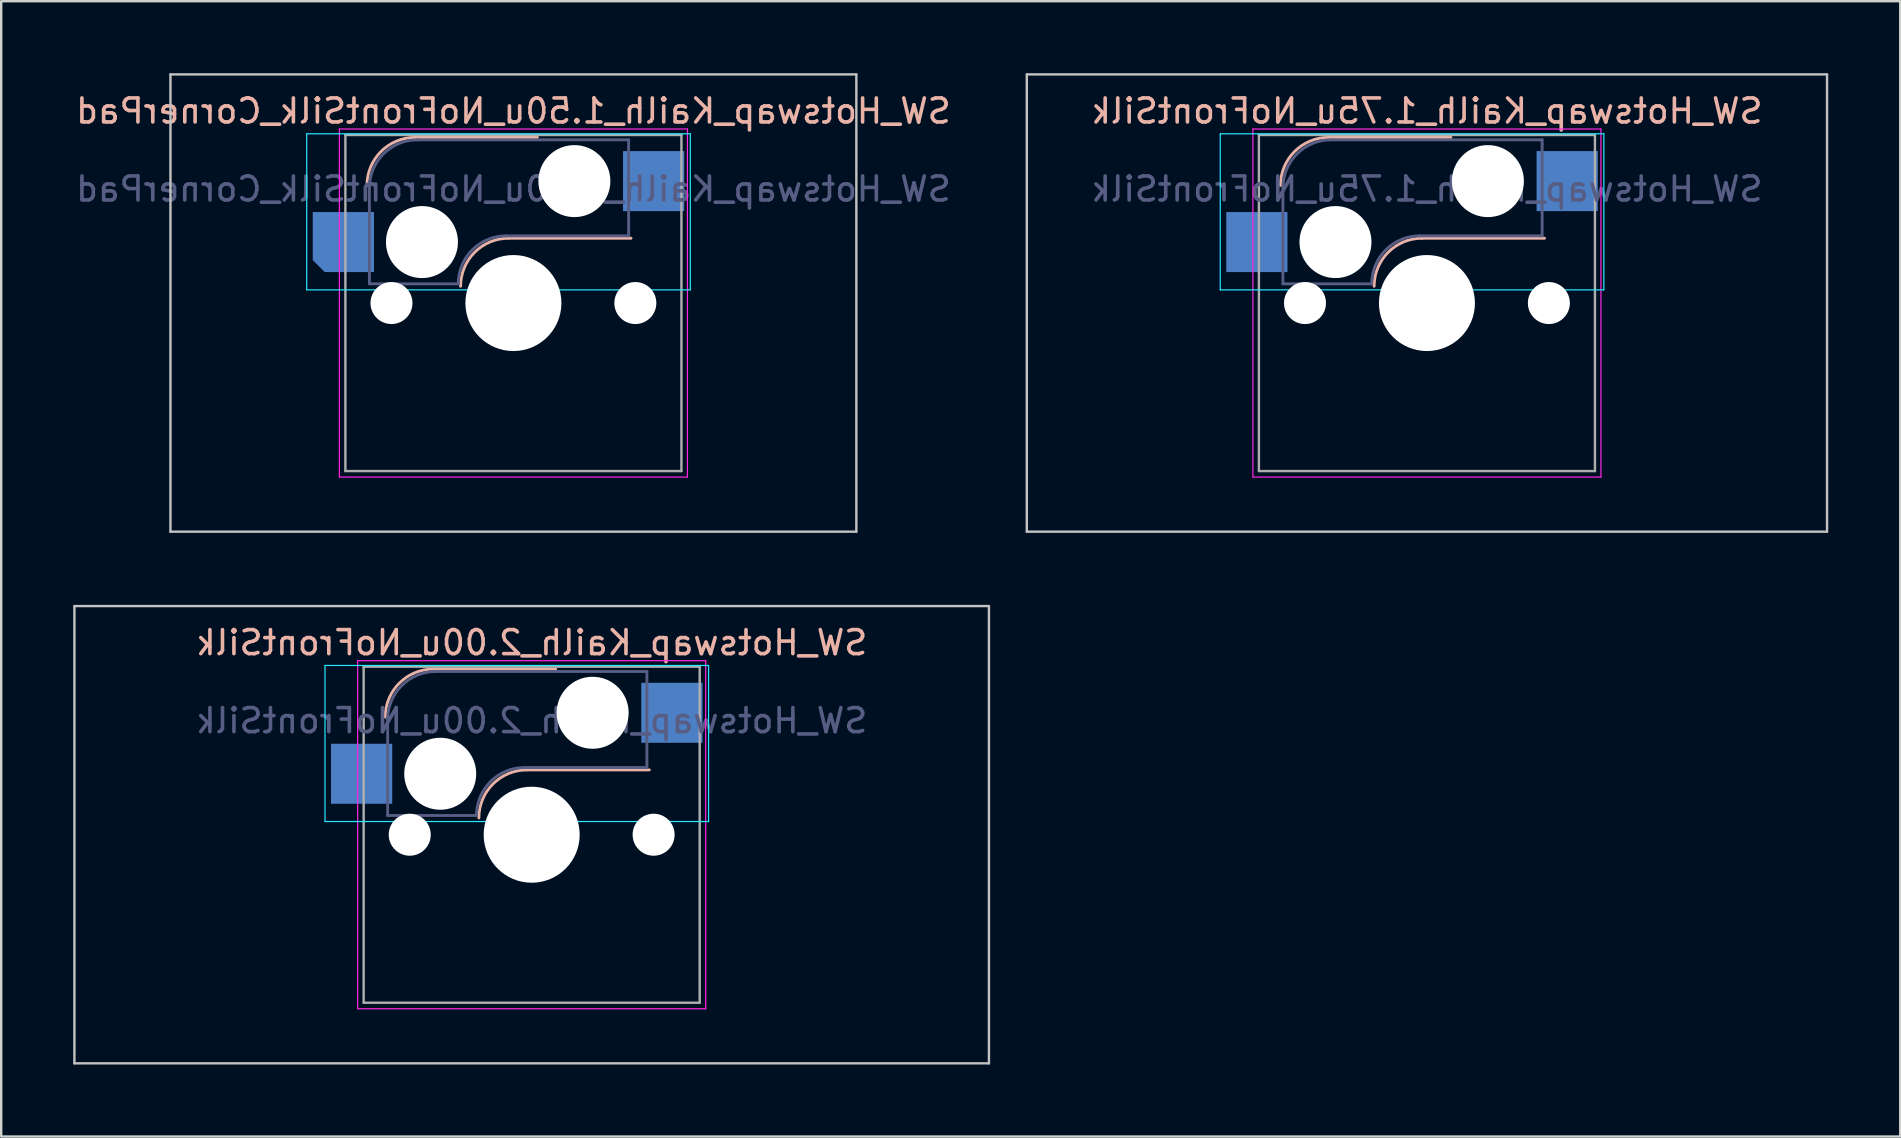
<source format=kicad_pcb>
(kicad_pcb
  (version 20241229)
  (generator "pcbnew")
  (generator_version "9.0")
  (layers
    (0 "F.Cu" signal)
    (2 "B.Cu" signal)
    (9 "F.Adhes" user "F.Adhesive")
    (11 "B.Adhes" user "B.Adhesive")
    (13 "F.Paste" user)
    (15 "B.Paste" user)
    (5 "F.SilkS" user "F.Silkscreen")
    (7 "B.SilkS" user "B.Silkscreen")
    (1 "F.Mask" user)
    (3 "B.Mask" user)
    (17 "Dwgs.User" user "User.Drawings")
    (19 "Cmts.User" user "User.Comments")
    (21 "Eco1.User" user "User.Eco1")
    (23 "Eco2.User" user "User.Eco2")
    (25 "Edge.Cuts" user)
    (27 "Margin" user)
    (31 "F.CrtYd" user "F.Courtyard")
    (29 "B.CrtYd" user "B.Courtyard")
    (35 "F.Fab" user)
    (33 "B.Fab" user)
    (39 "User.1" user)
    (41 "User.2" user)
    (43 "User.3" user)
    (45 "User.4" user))
  (footprint "SW_Hotswap_Kailh_1.50u_NoFrontSilk_CornerPad"
    (layer "F.Cu")
    (at 18.339 9.575)
    (property "Reference" "SW_Hotswap_Kailh_1.50u_NoFrontSilk_CornerPad" (at 0 -8 180) (layer "B.SilkS") (effects (font (size 1 1) (thickness 0.15)) (justify mirror)))
    (attr smd)
    (fp_line (start -4.1 -6.9) (end 1 -6.9) (stroke (width 0.12) (type solid)) (layer "B.SilkS"))
    (fp_line (start -0.2 -2.7) (end 4.9 -2.7) (stroke (width 0.12) (type solid)) (layer "B.SilkS"))
    (fp_arc (start -6.1 -4.9) (mid -5.514214 -6.314214) (end -4.1 -6.9) (stroke (width 0.12) (type solid)) (layer "B.SilkS"))
    (fp_arc (start -2.2 -0.7) (mid -1.614214 -2.114214) (end -0.2 -2.7) (stroke (width 0.12) (type solid)) (layer "B.SilkS"))
    (fp_line (start -14.287 -9.525) (end -14.287 9.525) (stroke (width 0.1) (type solid)) (layer "Dwgs.User"))
    (fp_line (start -14.287 9.525) (end 14.287 9.525) (stroke (width 0.1) (type solid)) (layer "Dwgs.User"))
    (fp_line (start 14.287 -9.525) (end -14.287 -9.525) (stroke (width 0.1) (type solid)) (layer "Dwgs.User"))
    (fp_line (start 14.287 9.525) (end 14.287 -9.525) (stroke (width 0.1) (type solid)) (layer "Dwgs.User"))
    (fp_line (start -8.61 -7.05) (end -8.61 -0.55) (stroke (width 0.05) (type solid)) (layer "B.CrtYd"))
    (fp_line (start -8.61 -0.55) (end 7.37 -0.55) (stroke (width 0.05) (type solid)) (layer "B.CrtYd"))
    (fp_line (start 7.37 -7.05) (end -8.61 -7.05) (stroke (width 0.05) (type solid)) (layer "B.CrtYd"))
    (fp_line (start 7.37 -0.55) (end 7.37 -7.05) (stroke (width 0.05) (type solid)) (layer "B.CrtYd"))
    (fp_line (start -7.25 -7.25) (end -7.25 7.25) (stroke (width 0.05) (type solid)) (layer "F.CrtYd"))
    (fp_line (start -7.25 7.25) (end 7.25 7.25) (stroke (width 0.05) (type solid)) (layer "F.CrtYd"))
    (fp_line (start 7.25 -7.25) (end -7.25 -7.25) (stroke (width 0.05) (type solid)) (layer "F.CrtYd"))
    (fp_line (start 7.25 7.25) (end 7.25 -7.25) (stroke (width 0.05) (type solid)) (layer "F.CrtYd"))
    (fp_line (start -6 -0.8) (end -6 -4.8) (stroke (width 0.12) (type solid)) (layer "B.Fab"))
    (fp_line (start -6 -0.8) (end -2.3 -0.8) (stroke (width 0.12) (type solid)) (layer "B.Fab"))
    (fp_line (start -4 -6.8) (end 4.8 -6.8) (stroke (width 0.12) (type solid)) (layer "B.Fab"))
    (fp_line (start -0.3 -2.8) (end 4.8 -2.8) (stroke (width 0.12) (type solid)) (layer "B.Fab"))
    (fp_line (start 4.8 -6.8) (end 4.8 -2.8) (stroke (width 0.12) (type solid)) (layer "B.Fab"))
    (fp_arc (start -6 -4.8) (mid -5.414214 -6.214214) (end -4 -6.8) (stroke (width 0.12) (type solid)) (layer "B.Fab"))
    (fp_arc (start -2.3 -0.8) (mid -1.714214 -2.214214) (end -0.3 -2.8) (stroke (width 0.12) (type solid)) (layer "B.Fab"))
    (fp_line (start -7 -7) (end -7 7) (stroke (width 0.1) (type solid)) (layer "F.Fab"))
    (fp_line (start -7 7) (end 7 7) (stroke (width 0.1) (type solid)) (layer "F.Fab"))
    (fp_line (start 7 -7) (end -7 -7) (stroke (width 0.1) (type solid)) (layer "F.Fab"))
    (fp_line (start 7 7) (end 7 -7) (stroke (width 0.1) (type solid)) (layer "F.Fab"))
    (fp_text user "${REFERENCE}" (at 0 -4.75 180) (layer "B.Fab") (effects (font (size 1 1) (thickness 0.15)) (justify mirror)))
    (pad "" np_thru_hole circle (at -5.08 0) (size 1.75 1.75) (drill 1.75) (layers "*.Cu" "*.Mask"))
    (pad "" np_thru_hole circle (at -3.81 -2.54) (size 3 3) (drill 3) (layers "*.Cu" "*.Mask"))
    (pad "" np_thru_hole circle (at 0 0) (size 4 4) (drill 4) (layers "*.Cu" "*.Mask"))
    (pad "" np_thru_hole circle (at 2.54 -5.08) (size 3 3) (drill 3) (layers "*.Cu" "*.Mask"))
    (pad "" np_thru_hole circle (at 5.08 0) (size 1.75 1.75) (drill 1.75) (layers "*.Cu" "*.Mask"))
    (pad "1" smd custom (at -7.085 -2.54) (size 1.8 1.8) (layers "B.Cu" "B.Mask" "B.Paste") (options (anchor rect)) (primitives (gr_poly (pts (xy -1.275 -1.25) (xy 1.275 -1.25) (xy 1.275 1.25) (xy -0.775 1.25) (xy -1.275 0.75)) (width 0) (fill yes))))
    (pad "2" smd rect (at 5.842 -5.08) (size 2.55 2.5) (layers "B.Cu" "B.Mask" "B.Paste")))
  (footprint "SW_Hotswap_Kailh_1.75u_NoFrontSilk"
    (layer "F.Cu")
    (at 56.397 9.575)
    (property "Reference" "SW_Hotswap_Kailh_1.75u_NoFrontSilk" (at 0 -8 0) (layer "B.SilkS") (effects (font (size 1 1) (thickness 0.15)) (justify mirror)))
    (attr smd)
    (fp_line (start -4.1 -6.9) (end 1 -6.9) (stroke (width 0.12) (type solid)) (layer "B.SilkS"))
    (fp_line (start -0.2 -2.7) (end 4.9 -2.7) (stroke (width 0.12) (type solid)) (layer "B.SilkS"))
    (fp_arc (start -6.1 -4.9) (mid -5.514214 -6.314214) (end -4.1 -6.9) (stroke (width 0.12) (type solid)) (layer "B.SilkS"))
    (fp_arc (start -2.2 -0.7) (mid -1.614214 -2.114214) (end -0.2 -2.7) (stroke (width 0.12) (type solid)) (layer "B.SilkS"))
    (fp_line (start -16.669 -9.525) (end -16.669 9.525) (stroke (width 0.1) (type solid)) (layer "Dwgs.User"))
    (fp_line (start -16.669 9.525) (end 16.669 9.525) (stroke (width 0.1) (type solid)) (layer "Dwgs.User"))
    (fp_line (start 16.669 -9.525) (end -16.669 -9.525) (stroke (width 0.1) (type solid)) (layer "Dwgs.User"))
    (fp_line (start 16.669 9.525) (end 16.669 -9.525) (stroke (width 0.1) (type solid)) (layer "Dwgs.User"))
    (fp_line (start -8.61 -7.05) (end -8.61 -0.55) (stroke (width 0.05) (type solid)) (layer "B.CrtYd"))
    (fp_line (start -8.61 -0.55) (end 7.37 -0.55) (stroke (width 0.05) (type solid)) (layer "B.CrtYd"))
    (fp_line (start 7.37 -7.05) (end -8.61 -7.05) (stroke (width 0.05) (type solid)) (layer "B.CrtYd"))
    (fp_line (start 7.37 -0.55) (end 7.37 -7.05) (stroke (width 0.05) (type solid)) (layer "B.CrtYd"))
    (fp_line (start -7.25 -7.25) (end -7.25 7.25) (stroke (width 0.05) (type solid)) (layer "F.CrtYd"))
    (fp_line (start -7.25 7.25) (end 7.25 7.25) (stroke (width 0.05) (type solid)) (layer "F.CrtYd"))
    (fp_line (start 7.25 -7.25) (end -7.25 -7.25) (stroke (width 0.05) (type solid)) (layer "F.CrtYd"))
    (fp_line (start 7.25 7.25) (end 7.25 -7.25) (stroke (width 0.05) (type solid)) (layer "F.CrtYd"))
    (fp_line (start -6 -0.8) (end -6 -4.8) (stroke (width 0.12) (type solid)) (layer "B.Fab"))
    (fp_line (start -6 -0.8) (end -2.3 -0.8) (stroke (width 0.12) (type solid)) (layer "B.Fab"))
    (fp_line (start -4 -6.8) (end 4.8 -6.8) (stroke (width 0.12) (type solid)) (layer "B.Fab"))
    (fp_line (start -0.3 -2.8) (end 4.8 -2.8) (stroke (width 0.12) (type solid)) (layer "B.Fab"))
    (fp_line (start 4.8 -6.8) (end 4.8 -2.8) (stroke (width 0.12) (type solid)) (layer "B.Fab"))
    (fp_arc (start -6 -4.8) (mid -5.414214 -6.214214) (end -4 -6.8) (stroke (width 0.12) (type solid)) (layer "B.Fab"))
    (fp_arc (start -2.3 -0.8) (mid -1.714214 -2.214214) (end -0.3 -2.8) (stroke (width 0.12) (type solid)) (layer "B.Fab"))
    (fp_line (start -7 -7) (end -7 7) (stroke (width 0.1) (type solid)) (layer "F.Fab"))
    (fp_line (start -7 7) (end 7 7) (stroke (width 0.1) (type solid)) (layer "F.Fab"))
    (fp_line (start 7 -7) (end -7 -7) (stroke (width 0.1) (type solid)) (layer "F.Fab"))
    (fp_line (start 7 7) (end 7 -7) (stroke (width 0.1) (type solid)) (layer "F.Fab"))
    (fp_text user "${REFERENCE}" (at 0 -4.75 0) (layer "B.Fab") (effects (font (size 1 1) (thickness 0.15)) (justify mirror)))
    (pad "" np_thru_hole circle (at -5.08 0) (size 1.75 1.75) (drill 1.75) (layers "*.Cu" "*.Mask"))
    (pad "" np_thru_hole circle (at -3.81 -2.54) (size 3 3) (drill 3) (layers "*.Cu" "*.Mask"))
    (pad "" np_thru_hole circle (at 0 0) (size 4 4) (drill 4) (layers "*.Cu" "*.Mask"))
    (pad "" np_thru_hole circle (at 2.54 -5.08) (size 3 3) (drill 3) (layers "*.Cu" "*.Mask"))
    (pad "" np_thru_hole circle (at 5.08 0) (size 1.75 1.75) (drill 1.75) (layers "*.Cu" "*.Mask"))
    (pad "1" smd rect (at -7.085 -2.54) (size 2.55 2.5) (layers "B.Cu" "B.Mask" "B.Paste"))
    (pad "2" smd rect (at 5.842 -5.08) (size 2.55 2.5) (layers "B.Cu" "B.Mask" "B.Paste")))
  (footprint "SW_Hotswap_Kailh_2.00u_NoFrontSilk"
    (layer "F.Cu")
    (at 19.1 31.725)
    (property "Reference" "SW_Hotswap_Kailh_2.00u_NoFrontSilk" (at 0 -8 0) (layer "B.SilkS") (effects (font (size 1 1) (thickness 0.15)) (justify mirror)))
    (attr smd)
    (fp_line (start -4.1 -6.9) (end 1 -6.9) (stroke (width 0.12) (type solid)) (layer "B.SilkS"))
    (fp_line (start -0.2 -2.7) (end 4.9 -2.7) (stroke (width 0.12) (type solid)) (layer "B.SilkS"))
    (fp_arc (start -6.1 -4.9) (mid -5.514214 -6.314214) (end -4.1 -6.9) (stroke (width 0.12) (type solid)) (layer "B.SilkS"))
    (fp_arc (start -2.2 -0.7) (mid -1.614214 -2.114214) (end -0.2 -2.7) (stroke (width 0.12) (type solid)) (layer "B.SilkS"))
    (fp_line (start -19.05 -9.525) (end -19.05 9.525) (stroke (width 0.1) (type solid)) (layer "Dwgs.User"))
    (fp_line (start -19.05 9.525) (end 19.05 9.525) (stroke (width 0.1) (type solid)) (layer "Dwgs.User"))
    (fp_line (start 19.05 -9.525) (end -19.05 -9.525) (stroke (width 0.1) (type solid)) (layer "Dwgs.User"))
    (fp_line (start 19.05 9.525) (end 19.05 -9.525) (stroke (width 0.1) (type solid)) (layer "Dwgs.User"))
    (fp_line (start -7.1 -7.1) (end -7.1 7.1) (stroke (width 0.12) (type solid)) (layer "Eco1.User"))
    (fp_line (start -7.1 7.1) (end 7.1 7.1) (stroke (width 0.12) (type solid)) (layer "Eco1.User"))
    (fp_line (start 7.1 -7.1) (end -7.1 -7.1) (stroke (width 0.12) (type solid)) (layer "Eco1.User"))
    (fp_line (start 7.1 7.1) (end 7.1 -7.1) (stroke (width 0.12) (type solid)) (layer "Eco1.User"))
    (fp_line (start -8.61 -7.05) (end -8.61 -0.55) (stroke (width 0.05) (type solid)) (layer "B.CrtYd"))
    (fp_line (start -8.61 -0.55) (end 7.37 -0.55) (stroke (width 0.05) (type solid)) (layer "B.CrtYd"))
    (fp_line (start 7.37 -7.05) (end -8.61 -7.05) (stroke (width 0.05) (type solid)) (layer "B.CrtYd"))
    (fp_line (start 7.37 -0.55) (end 7.37 -7.05) (stroke (width 0.05) (type solid)) (layer "B.CrtYd"))
    (fp_line (start -7.25 -7.25) (end -7.25 7.25) (stroke (width 0.05) (type solid)) (layer "F.CrtYd"))
    (fp_line (start -7.25 7.25) (end 7.25 7.25) (stroke (width 0.05) (type solid)) (layer "F.CrtYd"))
    (fp_line (start 7.25 -7.25) (end -7.25 -7.25) (stroke (width 0.05) (type solid)) (layer "F.CrtYd"))
    (fp_line (start 7.25 7.25) (end 7.25 -7.25) (stroke (width 0.05) (type solid)) (layer "F.CrtYd"))
    (fp_line (start -6 -0.8) (end -6 -4.8) (stroke (width 0.12) (type solid)) (layer "B.Fab"))
    (fp_line (start -6 -0.8) (end -2.3 -0.8) (stroke (width 0.12) (type solid)) (layer "B.Fab"))
    (fp_line (start -4 -6.8) (end 4.8 -6.8) (stroke (width 0.12) (type solid)) (layer "B.Fab"))
    (fp_line (start -0.3 -2.8) (end 4.8 -2.8) (stroke (width 0.12) (type solid)) (layer "B.Fab"))
    (fp_line (start 4.8 -6.8) (end 4.8 -2.8) (stroke (width 0.12) (type solid)) (layer "B.Fab"))
    (fp_arc (start -6 -4.8) (mid -5.414214 -6.214214) (end -4 -6.8) (stroke (width 0.12) (type solid)) (layer "B.Fab"))
    (fp_arc (start -2.3 -0.8) (mid -1.714214 -2.214214) (end -0.3 -2.8) (stroke (width 0.12) (type solid)) (layer "B.Fab"))
    (fp_line (start -7 -7) (end -7 7) (stroke (width 0.1) (type solid)) (layer "F.Fab"))
    (fp_line (start -7 7) (end 7 7) (stroke (width 0.1) (type solid)) (layer "F.Fab"))
    (fp_line (start 7 -7) (end -7 -7) (stroke (width 0.1) (type solid)) (layer "F.Fab"))
    (fp_line (start 7 7) (end 7 -7) (stroke (width 0.1) (type solid)) (layer "F.Fab"))
    (fp_text user "${REFERENCE}" (at 0 -4.75 0) (layer "B.Fab") (effects (font (size 1 1) (thickness 0.15)) (justify mirror)))
    (pad "" np_thru_hole circle (at -5.08 0) (size 1.75 1.75) (drill 1.75) (layers "*.Cu" "*.Mask"))
    (pad "" np_thru_hole circle (at -3.81 -2.54) (size 3 3) (drill 3) (layers "*.Cu" "*.Mask"))
    (pad "" np_thru_hole circle (at 0 0) (size 4 4) (drill 4) (layers "*.Cu" "*.Mask"))
    (pad "" np_thru_hole circle (at 2.54 -5.08) (size 3 3) (drill 3) (layers "*.Cu" "*.Mask"))
    (pad "" np_thru_hole circle (at 5.08 0) (size 1.75 1.75) (drill 1.75) (layers "*.Cu" "*.Mask"))
    (pad "1" smd rect (at -7.085 -2.54) (size 2.55 2.5) (layers "B.Cu" "B.Mask" "B.Paste"))
    (pad "2" smd rect (at 5.842 -5.08) (size 2.55 2.5) (layers "B.Cu" "B.Mask" "B.Paste")))
  (gr_rect
    (start -3 -3)
    (end 76.116 44.3)
    (stroke (width 0.1) (type default))
    (fill no)
    (layer "Edge.Cuts")))
</source>
